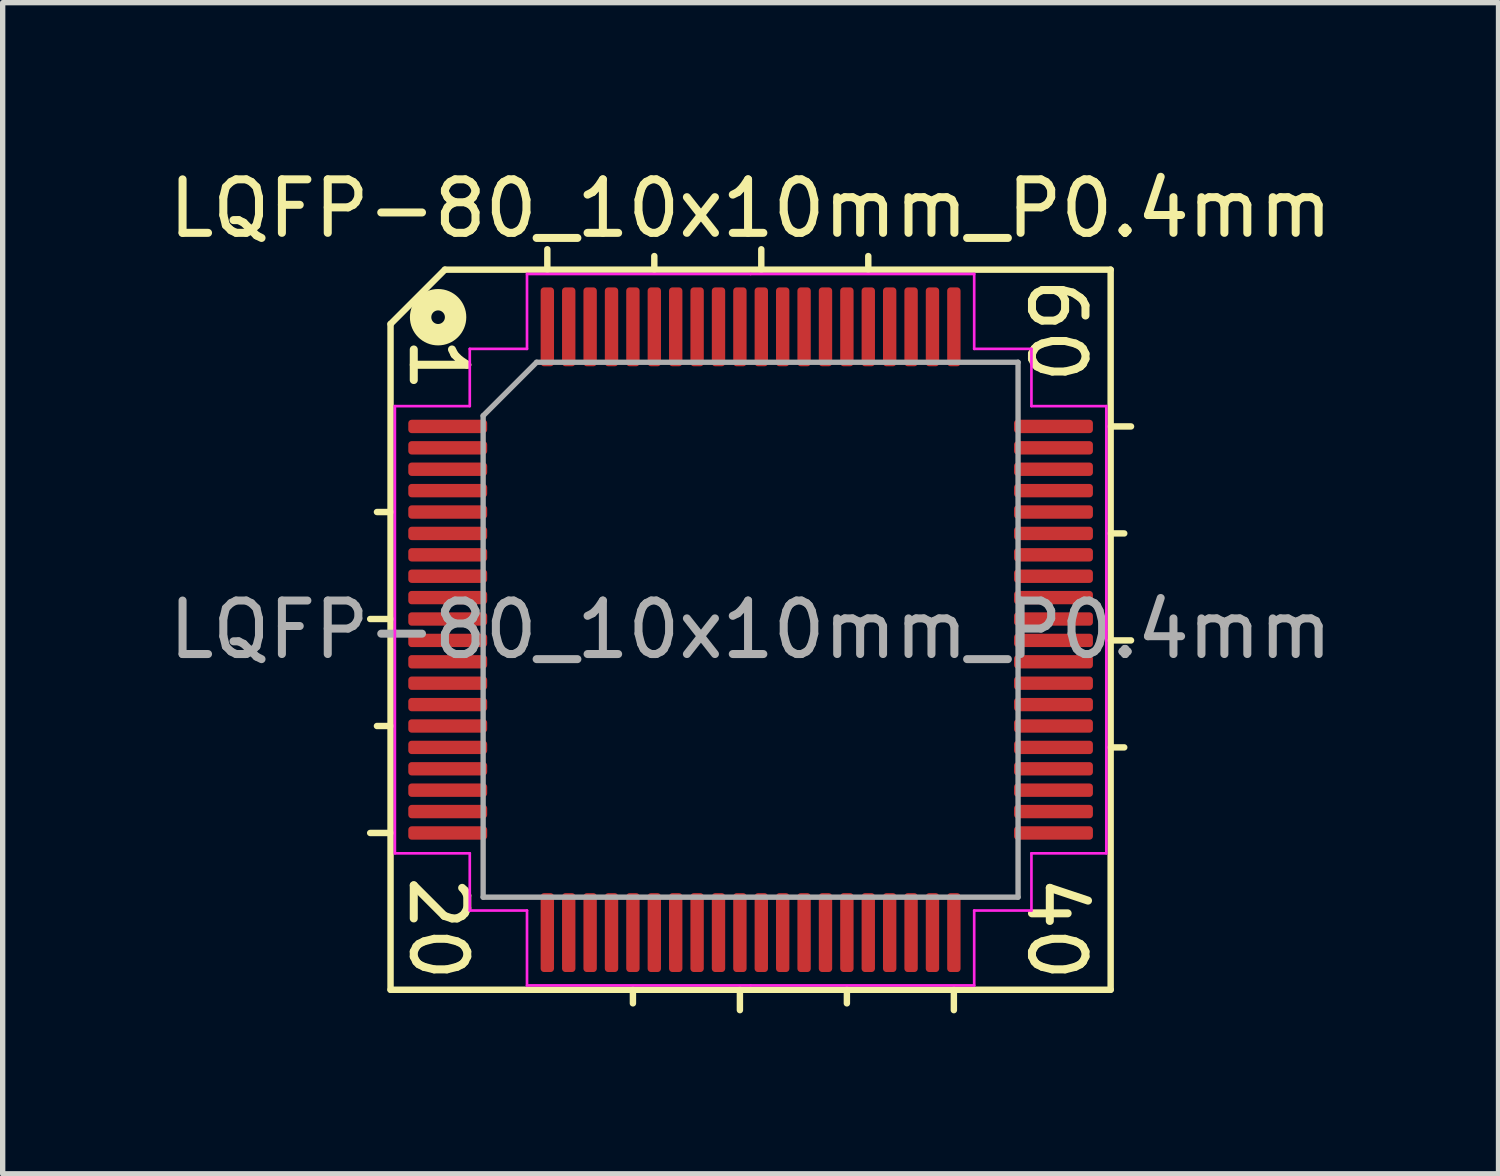
<source format=kicad_pcb>
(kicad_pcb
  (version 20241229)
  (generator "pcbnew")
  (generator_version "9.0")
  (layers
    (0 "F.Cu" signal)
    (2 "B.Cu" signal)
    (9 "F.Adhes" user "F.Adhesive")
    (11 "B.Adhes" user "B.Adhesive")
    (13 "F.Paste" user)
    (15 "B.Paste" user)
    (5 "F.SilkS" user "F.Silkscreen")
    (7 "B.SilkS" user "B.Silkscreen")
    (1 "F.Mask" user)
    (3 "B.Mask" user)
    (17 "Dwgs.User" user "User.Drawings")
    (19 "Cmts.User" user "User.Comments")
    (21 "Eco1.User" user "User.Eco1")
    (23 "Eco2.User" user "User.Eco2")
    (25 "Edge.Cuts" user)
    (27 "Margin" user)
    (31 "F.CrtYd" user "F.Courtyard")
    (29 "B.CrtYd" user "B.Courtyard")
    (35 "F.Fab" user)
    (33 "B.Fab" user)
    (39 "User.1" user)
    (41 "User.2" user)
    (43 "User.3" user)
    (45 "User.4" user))
  (footprint "LQFP-80_10x10mm_P0.4mm"
    (layer "F.Cu")
    (at 10.982 8.722)
    (property "Reference" "LQFP-80_10x10mm_P0.4mm" (at 0 -7.874 0) (layer "F.SilkS") (effects (font (size 1 1) (thickness 0.15))))
    (attr smd)
    (fp_line (start -6.731 -5.715) (end -6.731 6.731) (stroke (width 0.12) (type solid)) (layer "F.SilkS"))
    (fp_line (start -6.731 -2.2) (end -6.985 -2.2) (stroke (width 0.12) (type solid)) (layer "F.SilkS"))
    (fp_line (start -6.731 -0.2) (end -7.112 -0.2) (stroke (width 0.12) (type solid)) (layer "F.SilkS"))
    (fp_line (start -6.731 1.8) (end -6.985 1.8) (stroke (width 0.12) (type solid)) (layer "F.SilkS"))
    (fp_line (start -6.731 3.8) (end -7.112 3.8) (stroke (width 0.12) (type solid)) (layer "F.SilkS"))
    (fp_line (start -6.731 6.731) (end 6.731 6.731) (stroke (width 0.12) (type solid)) (layer "F.SilkS"))
    (fp_line (start -5.715 -6.731) (end -6.731 -5.715) (stroke (width 0.12) (type solid)) (layer "F.SilkS"))
    (fp_line (start -3.8 -6.731) (end -3.8 -7.112) (stroke (width 0.12) (type solid)) (layer "F.SilkS"))
    (fp_line (start -2.2 6.731) (end -2.2 6.985) (stroke (width 0.12) (type solid)) (layer "F.SilkS"))
    (fp_line (start -1.8 -6.731) (end -1.8 -6.985) (stroke (width 0.12) (type solid)) (layer "F.SilkS"))
    (fp_line (start -0.2 6.731) (end -0.2 7.112) (stroke (width 0.12) (type solid)) (layer "F.SilkS"))
    (fp_line (start 0.2 -6.731) (end 0.2 -7.112) (stroke (width 0.12) (type solid)) (layer "F.SilkS"))
    (fp_line (start 1.8 6.731) (end 1.8 6.985) (stroke (width 0.12) (type solid)) (layer "F.SilkS"))
    (fp_line (start 2.2 -6.731) (end 2.2 -6.985) (stroke (width 0.12) (type solid)) (layer "F.SilkS"))
    (fp_line (start 3.8 6.731) (end 3.8 7.112) (stroke (width 0.12) (type solid)) (layer "F.SilkS"))
    (fp_line (start 6.731 -6.731) (end -5.715 -6.731) (stroke (width 0.12) (type solid)) (layer "F.SilkS"))
    (fp_line (start 6.731 -3.8) (end 7.112 -3.8) (stroke (width 0.12) (type solid)) (layer "F.SilkS"))
    (fp_line (start 6.731 -1.8) (end 6.985 -1.8) (stroke (width 0.12) (type solid)) (layer "F.SilkS"))
    (fp_line (start 6.731 0.2) (end 7.112 0.2) (stroke (width 0.12) (type solid)) (layer "F.SilkS"))
    (fp_line (start 6.731 2.2) (end 6.985 2.2) (stroke (width 0.12) (type solid)) (layer "F.SilkS"))
    (fp_line (start 6.731 6.731) (end 6.731 -6.731) (stroke (width 0.12) (type solid)) (layer "F.SilkS"))
    (fp_circle (center -5.842 -5.842) (end -5.715 -5.842) (stroke (width 0.4) (type solid)) (fill no) (layer "F.SilkS"))
    (fp_line (start -6.65 -4.18) (end -6.65 0) (stroke (width 0.05) (type solid)) (layer "F.CrtYd"))
    (fp_line (start -6.65 4.18) (end -6.65 0) (stroke (width 0.05) (type solid)) (layer "F.CrtYd"))
    (fp_line (start -5.25 -5.25) (end -5.25 -4.18) (stroke (width 0.05) (type solid)) (layer "F.CrtYd"))
    (fp_line (start -5.25 -4.18) (end -6.65 -4.18) (stroke (width 0.05) (type solid)) (layer "F.CrtYd"))
    (fp_line (start -5.25 4.18) (end -6.65 4.18) (stroke (width 0.05) (type solid)) (layer "F.CrtYd"))
    (fp_line (start -5.25 5.25) (end -5.25 4.18) (stroke (width 0.05) (type solid)) (layer "F.CrtYd"))
    (fp_line (start -4.18 -6.65) (end -4.18 -5.25) (stroke (width 0.05) (type solid)) (layer "F.CrtYd"))
    (fp_line (start -4.18 -5.25) (end -5.25 -5.25) (stroke (width 0.05) (type solid)) (layer "F.CrtYd"))
    (fp_line (start -4.18 5.25) (end -5.25 5.25) (stroke (width 0.05) (type solid)) (layer "F.CrtYd"))
    (fp_line (start -4.18 6.65) (end -4.18 5.25) (stroke (width 0.05) (type solid)) (layer "F.CrtYd"))
    (fp_line (start 0 -6.65) (end -4.18 -6.65) (stroke (width 0.05) (type solid)) (layer "F.CrtYd"))
    (fp_line (start 0 -6.65) (end 4.18 -6.65) (stroke (width 0.05) (type solid)) (layer "F.CrtYd"))
    (fp_line (start 0 6.65) (end -4.18 6.65) (stroke (width 0.05) (type solid)) (layer "F.CrtYd"))
    (fp_line (start 0 6.65) (end 4.18 6.65) (stroke (width 0.05) (type solid)) (layer "F.CrtYd"))
    (fp_line (start 4.18 -6.65) (end 4.18 -5.25) (stroke (width 0.05) (type solid)) (layer "F.CrtYd"))
    (fp_line (start 4.18 -5.25) (end 5.25 -5.25) (stroke (width 0.05) (type solid)) (layer "F.CrtYd"))
    (fp_line (start 4.18 5.25) (end 5.25 5.25) (stroke (width 0.05) (type solid)) (layer "F.CrtYd"))
    (fp_line (start 4.18 6.65) (end 4.18 5.25) (stroke (width 0.05) (type solid)) (layer "F.CrtYd"))
    (fp_line (start 5.25 -5.25) (end 5.25 -4.18) (stroke (width 0.05) (type solid)) (layer "F.CrtYd"))
    (fp_line (start 5.25 -4.18) (end 6.65 -4.18) (stroke (width 0.05) (type solid)) (layer "F.CrtYd"))
    (fp_line (start 5.25 4.18) (end 6.65 4.18) (stroke (width 0.05) (type solid)) (layer "F.CrtYd"))
    (fp_line (start 5.25 5.25) (end 5.25 4.18) (stroke (width 0.05) (type solid)) (layer "F.CrtYd"))
    (fp_line (start 6.65 -4.18) (end 6.65 0) (stroke (width 0.05) (type solid)) (layer "F.CrtYd"))
    (fp_line (start 6.65 4.18) (end 6.65 0) (stroke (width 0.05) (type solid)) (layer "F.CrtYd"))
    (fp_line (start -5 -4) (end -4 -5) (stroke (width 0.1) (type solid)) (layer "F.Fab"))
    (fp_line (start -5 5) (end -5 -4) (stroke (width 0.1) (type solid)) (layer "F.Fab"))
    (fp_line (start -4 -5) (end 5 -5) (stroke (width 0.1) (type solid)) (layer "F.Fab"))
    (fp_line (start 5 -5) (end 5 5) (stroke (width 0.1) (type solid)) (layer "F.Fab"))
    (fp_line (start 5 5) (end -5 5) (stroke (width 0.1) (type solid)) (layer "F.Fab"))
    (fp_text user "40" (at 5.715 5.588 270) (unlocked yes) (layer "F.SilkS") (effects (font (size 1 1) (thickness 0.15))))
    (fp_text user "1" (at -5.842 -4.953 270) (unlocked yes) (layer "F.SilkS") (effects (font (size 1 1) (thickness 0.15))))
    (fp_text user "20" (at -5.842 5.588 270) (unlocked yes) (layer "F.SilkS") (effects (font (size 1 1) (thickness 0.15))))
    (fp_text user "60" (at 5.715 -5.588 270) (unlocked yes) (layer "F.SilkS") (effects (font (size 1 1) (thickness 0.15))))
    (fp_text user "${REFERENCE}" (at 0 0 0) (layer "F.Fab") (effects (font (size 1 1) (thickness 0.15))))
    (pad "1" smd roundrect (at -5.662 -3.8) (size 1.475 0.25) (layers "F.Cu" "F.Mask" "F.Paste") (roundrect_rratio 0.25))
    (pad "2" smd roundrect (at -5.662 -3.4) (size 1.475 0.25) (layers "F.Cu" "F.Mask" "F.Paste") (roundrect_rratio 0.25))
    (pad "3" smd roundrect (at -5.662 -3) (size 1.475 0.25) (layers "F.Cu" "F.Mask" "F.Paste") (roundrect_rratio 0.25))
    (pad "4" smd roundrect (at -5.662 -2.6) (size 1.475 0.25) (layers "F.Cu" "F.Mask" "F.Paste") (roundrect_rratio 0.25))
    (pad "5" smd roundrect (at -5.662 -2.2) (size 1.475 0.25) (layers "F.Cu" "F.Mask" "F.Paste") (roundrect_rratio 0.25))
    (pad "6" smd roundrect (at -5.662 -1.8) (size 1.475 0.25) (layers "F.Cu" "F.Mask" "F.Paste") (roundrect_rratio 0.25))
    (pad "7" smd roundrect (at -5.662 -1.4) (size 1.475 0.25) (layers "F.Cu" "F.Mask" "F.Paste") (roundrect_rratio 0.25))
    (pad "8" smd roundrect (at -5.662 -1) (size 1.475 0.25) (layers "F.Cu" "F.Mask" "F.Paste") (roundrect_rratio 0.25))
    (pad "9" smd roundrect (at -5.662 -0.6) (size 1.475 0.25) (layers "F.Cu" "F.Mask" "F.Paste") (roundrect_rratio 0.25))
    (pad "10" smd roundrect (at -5.662 -0.2) (size 1.475 0.25) (layers "F.Cu" "F.Mask" "F.Paste") (roundrect_rratio 0.25))
    (pad "11" smd roundrect (at -5.662 0.2) (size 1.475 0.25) (layers "F.Cu" "F.Mask" "F.Paste") (roundrect_rratio 0.25))
    (pad "12" smd roundrect (at -5.662 0.6) (size 1.475 0.25) (layers "F.Cu" "F.Mask" "F.Paste") (roundrect_rratio 0.25))
    (pad "13" smd roundrect (at -5.662 1) (size 1.475 0.25) (layers "F.Cu" "F.Mask" "F.Paste") (roundrect_rratio 0.25))
    (pad "14" smd roundrect (at -5.662 1.4) (size 1.475 0.25) (layers "F.Cu" "F.Mask" "F.Paste") (roundrect_rratio 0.25))
    (pad "15" smd roundrect (at -5.662 1.8) (size 1.475 0.25) (layers "F.Cu" "F.Mask" "F.Paste") (roundrect_rratio 0.25))
    (pad "16" smd roundrect (at -5.662 2.2) (size 1.475 0.25) (layers "F.Cu" "F.Mask" "F.Paste") (roundrect_rratio 0.25))
    (pad "17" smd roundrect (at -5.662 2.6) (size 1.475 0.25) (layers "F.Cu" "F.Mask" "F.Paste") (roundrect_rratio 0.25))
    (pad "18" smd roundrect (at -5.662 3) (size 1.475 0.25) (layers "F.Cu" "F.Mask" "F.Paste") (roundrect_rratio 0.25))
    (pad "19" smd roundrect (at -5.662 3.4) (size 1.475 0.25) (layers "F.Cu" "F.Mask" "F.Paste") (roundrect_rratio 0.25))
    (pad "20" smd roundrect (at -5.662 3.8) (size 1.475 0.25) (layers "F.Cu" "F.Mask" "F.Paste") (roundrect_rratio 0.25))
    (pad "21" smd roundrect (at -3.8 5.662) (size 0.25 1.475) (layers "F.Cu" "F.Mask" "F.Paste") (roundrect_rratio 0.25))
    (pad "22" smd roundrect (at -3.4 5.662) (size 0.25 1.475) (layers "F.Cu" "F.Mask" "F.Paste") (roundrect_rratio 0.25))
    (pad "23" smd roundrect (at -3 5.662) (size 0.25 1.475) (layers "F.Cu" "F.Mask" "F.Paste") (roundrect_rratio 0.25))
    (pad "24" smd roundrect (at -2.6 5.662) (size 0.25 1.475) (layers "F.Cu" "F.Mask" "F.Paste") (roundrect_rratio 0.25))
    (pad "25" smd roundrect (at -2.2 5.662) (size 0.25 1.475) (layers "F.Cu" "F.Mask" "F.Paste") (roundrect_rratio 0.25))
    (pad "26" smd roundrect (at -1.8 5.662) (size 0.25 1.475) (layers "F.Cu" "F.Mask" "F.Paste") (roundrect_rratio 0.25))
    (pad "27" smd roundrect (at -1.4 5.662) (size 0.25 1.475) (layers "F.Cu" "F.Mask" "F.Paste") (roundrect_rratio 0.25))
    (pad "28" smd roundrect (at -1 5.662) (size 0.25 1.475) (layers "F.Cu" "F.Mask" "F.Paste") (roundrect_rratio 0.25))
    (pad "29" smd roundrect (at -0.6 5.662) (size 0.25 1.475) (layers "F.Cu" "F.Mask" "F.Paste") (roundrect_rratio 0.25))
    (pad "30" smd roundrect (at -0.2 5.662) (size 0.25 1.475) (layers "F.Cu" "F.Mask" "F.Paste") (roundrect_rratio 0.25))
    (pad "31" smd roundrect (at 0.2 5.662) (size 0.25 1.475) (layers "F.Cu" "F.Mask" "F.Paste") (roundrect_rratio 0.25))
    (pad "32" smd roundrect (at 0.6 5.662) (size 0.25 1.475) (layers "F.Cu" "F.Mask" "F.Paste") (roundrect_rratio 0.25))
    (pad "33" smd roundrect (at 1 5.662) (size 0.25 1.475) (layers "F.Cu" "F.Mask" "F.Paste") (roundrect_rratio 0.25))
    (pad "34" smd roundrect (at 1.4 5.662) (size 0.25 1.475) (layers "F.Cu" "F.Mask" "F.Paste") (roundrect_rratio 0.25))
    (pad "35" smd roundrect (at 1.8 5.662) (size 0.25 1.475) (layers "F.Cu" "F.Mask" "F.Paste") (roundrect_rratio 0.25))
    (pad "36" smd roundrect (at 2.2 5.662) (size 0.25 1.475) (layers "F.Cu" "F.Mask" "F.Paste") (roundrect_rratio 0.25))
    (pad "37" smd roundrect (at 2.6 5.662) (size 0.25 1.475) (layers "F.Cu" "F.Mask" "F.Paste") (roundrect_rratio 0.25))
    (pad "38" smd roundrect (at 3 5.662) (size 0.25 1.475) (layers "F.Cu" "F.Mask" "F.Paste") (roundrect_rratio 0.25))
    (pad "39" smd roundrect (at 3.4 5.662) (size 0.25 1.475) (layers "F.Cu" "F.Mask" "F.Paste") (roundrect_rratio 0.25))
    (pad "40" smd roundrect (at 3.8 5.662) (size 0.25 1.475) (layers "F.Cu" "F.Mask" "F.Paste") (roundrect_rratio 0.25))
    (pad "41" smd roundrect (at 5.662 3.8) (size 1.475 0.25) (layers "F.Cu" "F.Mask" "F.Paste") (roundrect_rratio 0.25))
    (pad "42" smd roundrect (at 5.662 3.4) (size 1.475 0.25) (layers "F.Cu" "F.Mask" "F.Paste") (roundrect_rratio 0.25))
    (pad "43" smd roundrect (at 5.662 3) (size 1.475 0.25) (layers "F.Cu" "F.Mask" "F.Paste") (roundrect_rratio 0.25))
    (pad "44" smd roundrect (at 5.662 2.6) (size 1.475 0.25) (layers "F.Cu" "F.Mask" "F.Paste") (roundrect_rratio 0.25))
    (pad "45" smd roundrect (at 5.662 2.2) (size 1.475 0.25) (layers "F.Cu" "F.Mask" "F.Paste") (roundrect_rratio 0.25))
    (pad "46" smd roundrect (at 5.662 1.8) (size 1.475 0.25) (layers "F.Cu" "F.Mask" "F.Paste") (roundrect_rratio 0.25))
    (pad "47" smd roundrect (at 5.662 1.4) (size 1.475 0.25) (layers "F.Cu" "F.Mask" "F.Paste") (roundrect_rratio 0.25))
    (pad "48" smd roundrect (at 5.662 1) (size 1.475 0.25) (layers "F.Cu" "F.Mask" "F.Paste") (roundrect_rratio 0.25))
    (pad "49" smd roundrect (at 5.662 0.6) (size 1.475 0.25) (layers "F.Cu" "F.Mask" "F.Paste") (roundrect_rratio 0.25))
    (pad "50" smd roundrect (at 5.662 0.2) (size 1.475 0.25) (layers "F.Cu" "F.Mask" "F.Paste") (roundrect_rratio 0.25))
    (pad "51" smd roundrect (at 5.662 -0.2) (size 1.475 0.25) (layers "F.Cu" "F.Mask" "F.Paste") (roundrect_rratio 0.25))
    (pad "52" smd roundrect (at 5.662 -0.6) (size 1.475 0.25) (layers "F.Cu" "F.Mask" "F.Paste") (roundrect_rratio 0.25))
    (pad "53" smd roundrect (at 5.662 -1) (size 1.475 0.25) (layers "F.Cu" "F.Mask" "F.Paste") (roundrect_rratio 0.25))
    (pad "54" smd roundrect (at 5.662 -1.4) (size 1.475 0.25) (layers "F.Cu" "F.Mask" "F.Paste") (roundrect_rratio 0.25))
    (pad "55" smd roundrect (at 5.662 -1.8) (size 1.475 0.25) (layers "F.Cu" "F.Mask" "F.Paste") (roundrect_rratio 0.25))
    (pad "56" smd roundrect (at 5.662 -2.2) (size 1.475 0.25) (layers "F.Cu" "F.Mask" "F.Paste") (roundrect_rratio 0.25))
    (pad "57" smd roundrect (at 5.662 -2.6) (size 1.475 0.25) (layers "F.Cu" "F.Mask" "F.Paste") (roundrect_rratio 0.25))
    (pad "58" smd roundrect (at 5.662 -3) (size 1.475 0.25) (layers "F.Cu" "F.Mask" "F.Paste") (roundrect_rratio 0.25))
    (pad "59" smd roundrect (at 5.662 -3.4) (size 1.475 0.25) (layers "F.Cu" "F.Mask" "F.Paste") (roundrect_rratio 0.25))
    (pad "60" smd roundrect (at 5.662 -3.8) (size 1.475 0.25) (layers "F.Cu" "F.Mask" "F.Paste") (roundrect_rratio 0.25))
    (pad "61" smd roundrect (at 3.8 -5.662) (size 0.25 1.475) (layers "F.Cu" "F.Mask" "F.Paste") (roundrect_rratio 0.25))
    (pad "62" smd roundrect (at 3.4 -5.662) (size 0.25 1.475) (layers "F.Cu" "F.Mask" "F.Paste") (roundrect_rratio 0.25))
    (pad "63" smd roundrect (at 3 -5.662) (size 0.25 1.475) (layers "F.Cu" "F.Mask" "F.Paste") (roundrect_rratio 0.25))
    (pad "64" smd roundrect (at 2.6 -5.662) (size 0.25 1.475) (layers "F.Cu" "F.Mask" "F.Paste") (roundrect_rratio 0.25))
    (pad "65" smd roundrect (at 2.2 -5.662) (size 0.25 1.475) (layers "F.Cu" "F.Mask" "F.Paste") (roundrect_rratio 0.25))
    (pad "66" smd roundrect (at 1.8 -5.662) (size 0.25 1.475) (layers "F.Cu" "F.Mask" "F.Paste") (roundrect_rratio 0.25))
    (pad "67" smd roundrect (at 1.4 -5.662) (size 0.25 1.475) (layers "F.Cu" "F.Mask" "F.Paste") (roundrect_rratio 0.25))
    (pad "68" smd roundrect (at 1 -5.662) (size 0.25 1.475) (layers "F.Cu" "F.Mask" "F.Paste") (roundrect_rratio 0.25))
    (pad "69" smd roundrect (at 0.6 -5.662) (size 0.25 1.475) (layers "F.Cu" "F.Mask" "F.Paste") (roundrect_rratio 0.25))
    (pad "70" smd roundrect (at 0.2 -5.662) (size 0.25 1.475) (layers "F.Cu" "F.Mask" "F.Paste") (roundrect_rratio 0.25))
    (pad "71" smd roundrect (at -0.2 -5.662) (size 0.25 1.475) (layers "F.Cu" "F.Mask" "F.Paste") (roundrect_rratio 0.25))
    (pad "72" smd roundrect (at -0.6 -5.662) (size 0.25 1.475) (layers "F.Cu" "F.Mask" "F.Paste") (roundrect_rratio 0.25))
    (pad "73" smd roundrect (at -1 -5.662) (size 0.25 1.475) (layers "F.Cu" "F.Mask" "F.Paste") (roundrect_rratio 0.25))
    (pad "74" smd roundrect (at -1.4 -5.662) (size 0.25 1.475) (layers "F.Cu" "F.Mask" "F.Paste") (roundrect_rratio 0.25))
    (pad "75" smd roundrect (at -1.8 -5.662) (size 0.25 1.475) (layers "F.Cu" "F.Mask" "F.Paste") (roundrect_rratio 0.25))
    (pad "76" smd roundrect (at -2.2 -5.662) (size 0.25 1.475) (layers "F.Cu" "F.Mask" "F.Paste") (roundrect_rratio 0.25))
    (pad "77" smd roundrect (at -2.6 -5.662) (size 0.25 1.475) (layers "F.Cu" "F.Mask" "F.Paste") (roundrect_rratio 0.25))
    (pad "78" smd roundrect (at -3 -5.662) (size 0.25 1.475) (layers "F.Cu" "F.Mask" "F.Paste") (roundrect_rratio 0.25))
    (pad "79" smd roundrect (at -3.4 -5.662) (size 0.25 1.475) (layers "F.Cu" "F.Mask" "F.Paste") (roundrect_rratio 0.25))
    (pad "80" smd roundrect (at -3.8 -5.662) (size 0.25 1.475) (layers "F.Cu" "F.Mask" "F.Paste") (roundrect_rratio 0.25)))
  (gr_rect
    (start -3 -3)
    (end 24.964 18.894)
    (stroke (width 0.1) (type default))
    (fill no)
    (layer "Edge.Cuts")))
</source>
